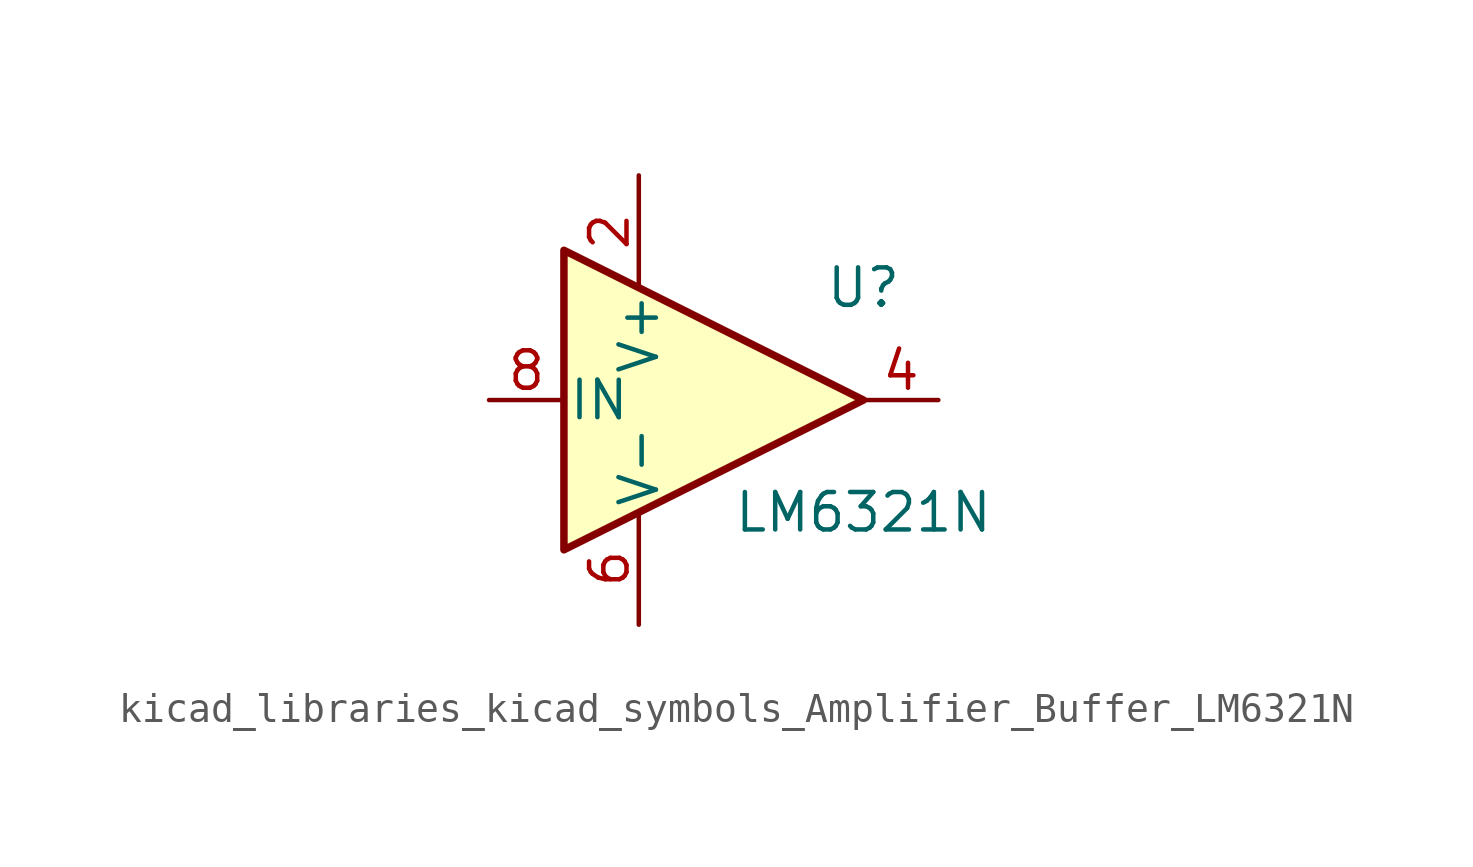
<source format=kicad_sym>
(kicad_symbol_lib
  (version 20220914)
  (generator kicad_symbol_editor)
  (symbol "kicad_libraries_kicad_symbols_Amplifier_Buffer_LM6321N"
    (pin_names
      (offset 0.127))
    (property "Reference" "U"
      (at 5.08 3.81 0)
      (effects (font (size 1.27 1.27))))
    (property "Value" "LM6321N"
      (at 5.08 -3.81 0)
      (effects (font (size 1.27 1.27))))
    (symbol "kicad_libraries_kicad_symbols_Amplifier_Buffer_LM6321N_0_1"
      (polyline (pts (xy 5.08 0) (xy -5.08 5.08) (xy -5.08 -5.08) (xy 5.08 0)) (stroke (width 0.254) (type default)) (fill (type background))))
    (symbol "kicad_libraries_kicad_symbols_Amplifier_Buffer_LM6321N_1_1"
      (pin no_connect line (at -2.54 -2.54 90) (length 2.54) hide (name "NC" (effects (font (size 1.27 1.27)))) (number "1" (effects (font (size 1.27 1.27)))))
      (pin power_in line (at -2.54 7.62 270) (length 3.81) (name "V+" (effects (font (size 1.27 1.27)))) (number "2" (effects (font (size 1.27 1.27)))))
      (pin no_connect line (at 0 -2.54 90) (length 2.54) hide (name "NC" (effects (font (size 1.27 1.27)))) (number "3" (effects (font (size 1.27 1.27)))))
      (pin output line (at 7.62 0 180) (length 2.54) (name "~" (effects (font (size 1.27 1.27)))) (number "4" (effects (font (size 1.27 1.27)))))
      (pin no_connect line (at -2.54 2.54 270) (length 2.54) hide (name "NC" (effects (font (size 1.27 1.27)))) (number "5" (effects (font (size 1.27 1.27)))))
      (pin power_in line (at -2.54 -7.62 90) (length 3.81) (name "V-" (effects (font (size 1.27 1.27)))) (number "6" (effects (font (size 1.27 1.27)))))
      (pin no_connect line (at 0 2.54 270) (length 2.54) hide (name "NC" (effects (font (size 1.27 1.27)))) (number "7" (effects (font (size 1.27 1.27)))))
      (pin input line (at -7.62 0 0) (length 2.54) (name "IN" (effects (font (size 1.27 1.27)))) (number "8" (effects (font (size 1.27 1.27))))))))
</source>
